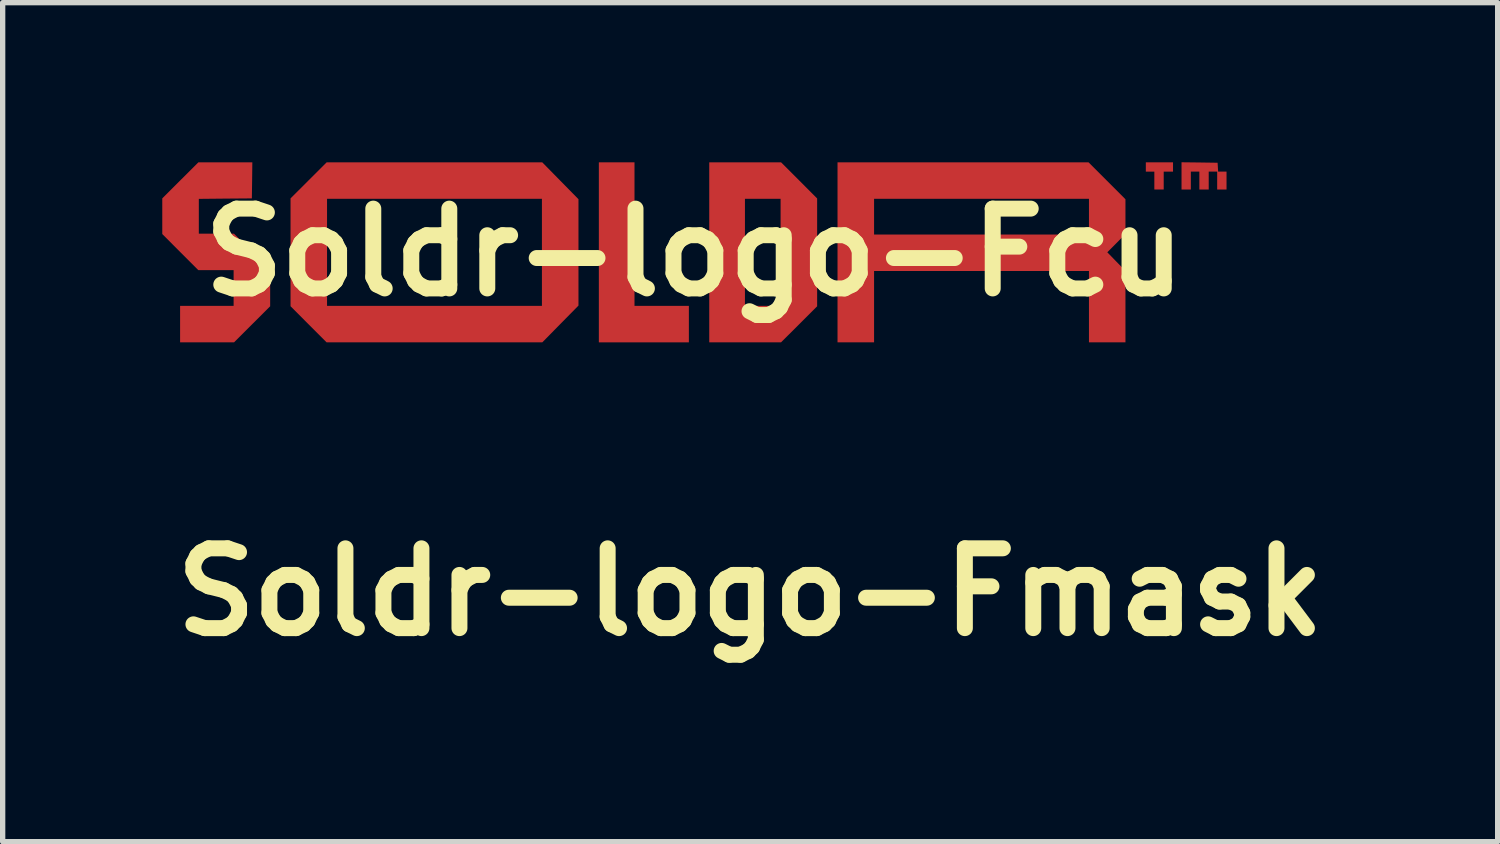
<source format=kicad_pcb>
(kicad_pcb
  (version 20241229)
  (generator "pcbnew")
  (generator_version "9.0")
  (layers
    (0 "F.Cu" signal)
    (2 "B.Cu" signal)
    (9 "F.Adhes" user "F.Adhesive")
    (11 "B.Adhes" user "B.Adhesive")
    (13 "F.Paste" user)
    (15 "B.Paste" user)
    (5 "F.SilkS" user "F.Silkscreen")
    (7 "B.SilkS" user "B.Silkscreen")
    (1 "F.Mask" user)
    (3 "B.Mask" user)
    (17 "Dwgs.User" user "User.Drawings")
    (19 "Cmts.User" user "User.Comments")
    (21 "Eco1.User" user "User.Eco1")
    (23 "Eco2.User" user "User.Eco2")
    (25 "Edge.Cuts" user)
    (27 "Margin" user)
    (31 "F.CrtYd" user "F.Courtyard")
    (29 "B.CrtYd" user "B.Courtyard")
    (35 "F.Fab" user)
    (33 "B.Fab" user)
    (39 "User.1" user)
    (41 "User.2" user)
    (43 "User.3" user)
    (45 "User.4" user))
  (footprint "Soldr-logo-Fmask"
    (layer "F.Cu")
    (at 11.05 8.078)
    (property "Reference" "Soldr-logo-Fmask" (at 0 0 0) (layer "F.SilkS") (effects (font (size 1.5 1.5) (thickness 0.3))))
    (attr board_only exclude_from_pos_files exclude_from_bom)
    (fp_poly (pts (xy -1.126 -0.343) (xy -1.126 1.006) (xy -0.615 1.006) (xy -0.104 1.006) (xy -0.104 1.349) (xy -0.104 1.692) (xy -0.95 1.692) (xy -1.796 1.692) (xy -1.796 0) (xy -1.796 -1.692) (xy -1.461 -1.692) (xy -1.126 -1.692)) (stroke (width 0) (type solid)) (fill yes) (layer "F.Mask"))
    (fp_poly (pts (xy 8.996 -1.604) (xy 8.996 -1.517) (xy 8.908 -1.517) (xy 8.821 -1.517) (xy 8.821 -1.349) (xy 8.821 -1.181) (xy 8.733 -1.181) (xy 8.645 -1.181) (xy 8.645 -1.349) (xy 8.645 -1.517) (xy 8.565 -1.517) (xy 8.485 -1.517) (xy 8.485 -1.604) (xy 8.485 -1.692) (xy 8.741 -1.692) (xy 8.996 -1.692)) (stroke (width 0) (type solid)) (fill yes) (layer "F.Mask"))
    (fp_poly (pts (xy 1.968 -1.353) (xy 2.307 -1.013) (xy 2.307 0.000275) (xy 2.307 1.014) (xy 1.968 1.353) (xy 1.628 1.692) (xy 0.954 1.692) (xy 0.279 1.692) (xy 0.279 0) (xy 0.95 0) (xy 0.95 1.006) (xy 1.285 1.006) (xy 1.62 1.006) (xy 1.62 0) (xy 1.62 -1.006) (xy 1.285 -1.006) (xy 0.95 -1.006) (xy 0.95 0) (xy 0.279 0) (xy 0.279 -1.692) (xy 0.954 -1.692) (xy 1.629 -1.692)) (stroke (width 0) (type solid)) (fill yes) (layer "F.Mask"))
    (fp_poly (pts (xy -2.52 -1.346) (xy -2.179 -0.999) (xy -2.179 0.001) (xy -2.179 1.001) (xy -2.519 1.346) (xy -2.859 1.692) (xy -4.886 1.692) (xy -6.913 1.692) (xy -7.252 1.353) (xy -7.591 1.013) (xy -7.591 0) (xy -6.905 0) (xy -6.905 1.006) (xy -4.885 1.006) (xy -2.866 1.006) (xy -2.866 0) (xy -2.866 -1.006) (xy -4.885 -1.006) (xy -6.905 -1.006) (xy -6.905 0) (xy -7.591 0) (xy -7.591 -0.000276) (xy -7.591 -1.014) (xy -7.252 -1.353) (xy -6.912 -1.692) (xy -4.886 -1.692) (xy -2.86 -1.692)) (stroke (width 0) (type solid)) (fill yes) (layer "F.Mask"))
    (fp_poly (pts (xy 9.495 -1.689) (xy 9.834 -1.684) (xy 9.839 -1.6) (xy 9.844 -1.517) (xy 9.923 -1.517) (xy 10.002 -1.517) (xy 10.002 -1.349) (xy 10.002 -1.181) (xy 9.914 -1.181) (xy 9.826 -1.181) (xy 9.826 -1.349) (xy 9.826 -1.517) (xy 9.747 -1.517) (xy 9.667 -1.517) (xy 9.667 -1.349) (xy 9.667 -1.181) (xy 9.579 -1.181) (xy 9.491 -1.181) (xy 9.491 -1.349) (xy 9.491 -1.517) (xy 9.411 -1.517) (xy 9.331 -1.517) (xy 9.331 -1.349) (xy 9.331 -1.181) (xy 9.244 -1.181) (xy 9.156 -1.181) (xy 9.156 -1.437) (xy 9.156 -1.693)) (stroke (width 0) (type solid)) (fill yes) (layer "F.Mask"))
    (fp_poly (pts (xy -8.313 -1.353) (xy -8.318 -1.014) (xy -8.817 -1.01) (xy -9.315 -1.005) (xy -9.315 -0.678) (xy -9.315 -0.351) (xy -8.985 -0.351) (xy -8.654 -0.351) (xy -8.314 -0.007) (xy -7.974 0.337) (xy -7.974 0.676) (xy -7.974 1.014) (xy -8.314 1.353) (xy -8.653 1.692) (xy -9.16 1.692) (xy -9.667 1.692) (xy -9.667 1.349) (xy -9.667 1.006) (xy -9.164 1.006) (xy -8.661 1.006) (xy -8.661 0.671) (xy -8.661 0.335) (xy -8.992 0.335) (xy -9.324 0.335) (xy -9.663 -0.004) (xy -10.002 -0.344) (xy -10.002 -0.679) (xy -10.002 -1.014) (xy -9.663 -1.353) (xy -9.323 -1.692) (xy -8.816 -1.692) (xy -8.309 -1.692)) (stroke (width 0) (type solid)) (fill yes) (layer "F.Mask"))
    (fp_poly (pts (xy 7.755 -1.345) (xy 8.102 -0.998) (xy 8.102 -0.671) (xy 8.102 -0.344) (xy 7.931 -0.172) (xy 7.761 -0.001) (xy 7.931 0.174) (xy 8.102 0.349) (xy 8.102 1.021) (xy 8.102 1.692) (xy 7.759 1.692) (xy 7.416 1.692) (xy 7.416 1.022) (xy 7.416 0.351) (xy 5.396 0.351) (xy 3.377 0.351) (xy 3.377 1.022) (xy 3.377 1.692) (xy 3.033 1.692) (xy 2.69 1.692) (xy 2.69 0) (xy 2.69 -0.671) (xy 3.377 -0.671) (xy 3.377 -0.335) (xy 5.396 -0.335) (xy 7.416 -0.335) (xy 7.416 -0.671) (xy 7.416 -1.006) (xy 5.396 -1.006) (xy 3.377 -1.006) (xy 3.377 -0.671) (xy 2.69 -0.671) (xy 2.69 -1.692) (xy 5.049 -1.692) (xy 7.408 -1.692)) (stroke (width 0) (type solid)) (fill yes) (layer "F.Mask")))
  (footprint "Soldr-logo-Fcu"
    (layer "F.Cu")
    (at 10.002 1.693)
    (property "Reference" "Soldr-logo-Fcu" (at 0 0 0) (layer "F.SilkS") (effects (font (size 1.5 1.5) (thickness 0.3))))
    (attr board_only exclude_from_pos_files exclude_from_bom)
    (fp_poly (pts (xy -1.126 -0.343) (xy -1.126 1.006) (xy -0.615 1.006) (xy -0.104 1.006) (xy -0.104 1.349) (xy -0.104 1.692) (xy -0.95 1.692) (xy -1.796 1.692) (xy -1.796 0) (xy -1.796 -1.692) (xy -1.461 -1.692) (xy -1.126 -1.692)) (stroke (width 0) (type solid)) (fill yes) (layer "F.Cu"))
    (fp_poly (pts (xy 8.996 -1.604) (xy 8.996 -1.517) (xy 8.908 -1.517) (xy 8.821 -1.517) (xy 8.821 -1.349) (xy 8.821 -1.181) (xy 8.733 -1.181) (xy 8.645 -1.181) (xy 8.645 -1.349) (xy 8.645 -1.517) (xy 8.565 -1.517) (xy 8.485 -1.517) (xy 8.485 -1.604) (xy 8.485 -1.692) (xy 8.741 -1.692) (xy 8.996 -1.692)) (stroke (width 0) (type solid)) (fill yes) (layer "F.Cu"))
    (fp_poly (pts (xy 1.968 -1.353) (xy 2.307 -1.013) (xy 2.307 0.000275) (xy 2.307 1.014) (xy 1.968 1.353) (xy 1.628 1.692) (xy 0.954 1.692) (xy 0.279 1.692) (xy 0.279 0) (xy 0.95 0) (xy 0.95 1.006) (xy 1.285 1.006) (xy 1.62 1.006) (xy 1.62 0) (xy 1.62 -1.006) (xy 1.285 -1.006) (xy 0.95 -1.006) (xy 0.95 0) (xy 0.279 0) (xy 0.279 -1.692) (xy 0.954 -1.692) (xy 1.629 -1.692)) (stroke (width 0) (type solid)) (fill yes) (layer "F.Cu"))
    (fp_poly (pts (xy -2.52 -1.346) (xy -2.179 -0.999) (xy -2.179 0.001) (xy -2.179 1.001) (xy -2.519 1.346) (xy -2.859 1.692) (xy -4.886 1.692) (xy -6.913 1.692) (xy -7.252 1.353) (xy -7.591 1.013) (xy -7.591 0) (xy -6.905 0) (xy -6.905 1.006) (xy -4.885 1.006) (xy -2.866 1.006) (xy -2.866 0) (xy -2.866 -1.006) (xy -4.885 -1.006) (xy -6.905 -1.006) (xy -6.905 0) (xy -7.591 0) (xy -7.591 -0.000276) (xy -7.591 -1.014) (xy -7.252 -1.353) (xy -6.912 -1.692) (xy -4.886 -1.692) (xy -2.86 -1.692)) (stroke (width 0) (type solid)) (fill yes) (layer "F.Cu"))
    (fp_poly (pts (xy 9.495 -1.689) (xy 9.834 -1.684) (xy 9.839 -1.6) (xy 9.844 -1.517) (xy 9.923 -1.517) (xy 10.002 -1.517) (xy 10.002 -1.349) (xy 10.002 -1.181) (xy 9.914 -1.181) (xy 9.826 -1.181) (xy 9.826 -1.349) (xy 9.826 -1.517) (xy 9.747 -1.517) (xy 9.667 -1.517) (xy 9.667 -1.349) (xy 9.667 -1.181) (xy 9.579 -1.181) (xy 9.491 -1.181) (xy 9.491 -1.349) (xy 9.491 -1.517) (xy 9.411 -1.517) (xy 9.331 -1.517) (xy 9.331 -1.349) (xy 9.331 -1.181) (xy 9.244 -1.181) (xy 9.156 -1.181) (xy 9.156 -1.437) (xy 9.156 -1.693)) (stroke (width 0) (type solid)) (fill yes) (layer "F.Cu"))
    (fp_poly (pts (xy -8.313 -1.353) (xy -8.318 -1.014) (xy -8.817 -1.01) (xy -9.315 -1.005) (xy -9.315 -0.678) (xy -9.315 -0.351) (xy -8.985 -0.351) (xy -8.654 -0.351) (xy -8.314 -0.007) (xy -7.974 0.337) (xy -7.974 0.676) (xy -7.974 1.014) (xy -8.314 1.353) (xy -8.653 1.692) (xy -9.16 1.692) (xy -9.667 1.692) (xy -9.667 1.349) (xy -9.667 1.006) (xy -9.164 1.006) (xy -8.661 1.006) (xy -8.661 0.671) (xy -8.661 0.335) (xy -8.992 0.335) (xy -9.324 0.335) (xy -9.663 -0.004) (xy -10.002 -0.344) (xy -10.002 -0.679) (xy -10.002 -1.014) (xy -9.663 -1.353) (xy -9.323 -1.692) (xy -8.816 -1.692) (xy -8.309 -1.692)) (stroke (width 0) (type solid)) (fill yes) (layer "F.Cu"))
    (fp_poly (pts (xy 7.755 -1.345) (xy 8.102 -0.998) (xy 8.102 -0.671) (xy 8.102 -0.344) (xy 7.931 -0.172) (xy 7.761 -0.001) (xy 7.931 0.174) (xy 8.102 0.349) (xy 8.102 1.021) (xy 8.102 1.692) (xy 7.759 1.692) (xy 7.416 1.692) (xy 7.416 1.022) (xy 7.416 0.351) (xy 5.396 0.351) (xy 3.377 0.351) (xy 3.377 1.022) (xy 3.377 1.692) (xy 3.033 1.692) (xy 2.69 1.692) (xy 2.69 0) (xy 2.69 -0.671) (xy 3.377 -0.671) (xy 3.377 -0.335) (xy 5.396 -0.335) (xy 7.416 -0.335) (xy 7.416 -0.671) (xy 7.416 -1.006) (xy 5.396 -1.006) (xy 3.377 -1.006) (xy 3.377 -0.671) (xy 2.69 -0.671) (xy 2.69 -1.692) (xy 5.049 -1.692) (xy 7.408 -1.692)) (stroke (width 0) (type solid)) (fill yes) (layer "F.Cu")))
  (gr_rect
    (start -3 -3)
    (end 25.1 12.77)
    (stroke (width 0.1) (type default))
    (fill no)
    (layer "Edge.Cuts")))
</source>
